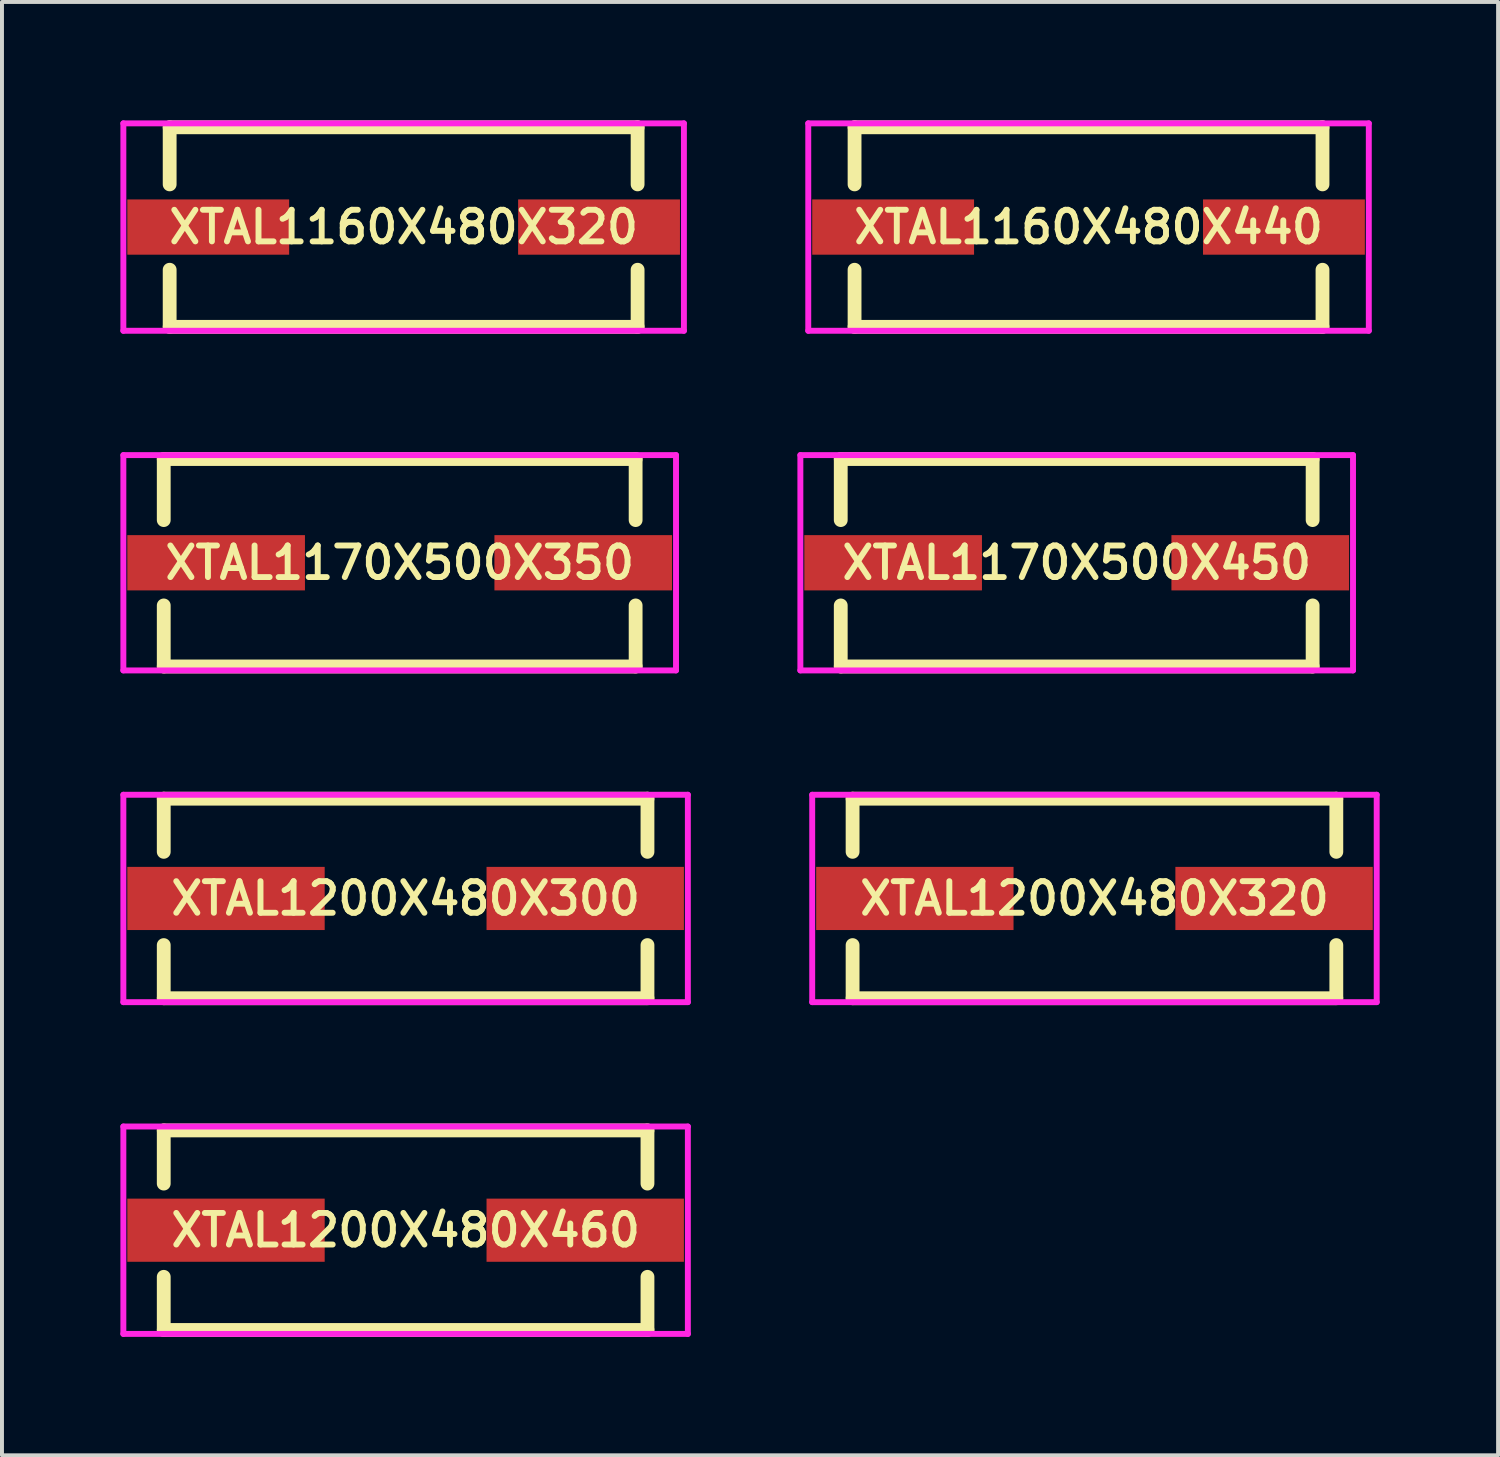
<source format=kicad_pcb>
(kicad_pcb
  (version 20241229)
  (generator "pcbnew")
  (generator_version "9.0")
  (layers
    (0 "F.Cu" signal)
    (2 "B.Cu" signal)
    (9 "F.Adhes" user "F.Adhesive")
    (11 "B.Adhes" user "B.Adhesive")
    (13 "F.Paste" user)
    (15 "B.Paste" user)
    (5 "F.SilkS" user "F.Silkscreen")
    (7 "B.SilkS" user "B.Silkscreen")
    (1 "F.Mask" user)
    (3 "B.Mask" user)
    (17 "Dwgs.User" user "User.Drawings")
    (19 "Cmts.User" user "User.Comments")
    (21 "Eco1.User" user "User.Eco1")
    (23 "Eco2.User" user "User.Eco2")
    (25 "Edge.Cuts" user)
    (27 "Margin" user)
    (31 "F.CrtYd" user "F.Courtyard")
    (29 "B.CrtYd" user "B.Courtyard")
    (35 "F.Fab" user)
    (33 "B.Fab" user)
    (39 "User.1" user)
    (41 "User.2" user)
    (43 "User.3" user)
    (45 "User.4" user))
  (footprint "XTAL1170X500X450"
    (layer "F.Cu")
    (at 24.225 11.206)
    (property "Reference" "XTAL1170X500X450" (at 0 0 0) (layer "F.SilkS") (effects (font (size 0.8 0.8) (thickness 0.15))))
    (attr smd)
    (fp_line (start -5.977 -2.627) (end 5.977 -2.627) (stroke (width 0.35) (type solid)) (layer "F.SilkS"))
    (fp_line (start -5.977 -1.081) (end -5.977 -2.627) (stroke (width 0.35) (type solid)) (layer "F.SilkS"))
    (fp_line (start -5.977 1.081) (end -5.977 2.627) (stroke (width 0.35) (type solid)) (layer "F.SilkS"))
    (fp_line (start -5.977 2.627) (end 5.977 2.627) (stroke (width 0.35) (type solid)) (layer "F.SilkS"))
    (fp_line (start 5.977 -2.627) (end 5.977 -1.081) (stroke (width 0.35) (type solid)) (layer "F.SilkS"))
    (fp_line (start 5.977 2.627) (end 5.977 1.081) (stroke (width 0.35) (type solid)) (layer "F.SilkS"))
    (fp_line (start -7 -2.727) (end 7 -2.727) (stroke (width 0.15) (type solid)) (layer "F.CrtYd"))
    (fp_line (start -7 2.727) (end -7 -2.727) (stroke (width 0.15) (type solid)) (layer "F.CrtYd"))
    (fp_line (start 7 -2.727) (end 7 2.727) (stroke (width 0.15) (type solid)) (layer "F.CrtYd"))
    (fp_line (start 7 2.727) (end -7 2.727) (stroke (width 0.15) (type solid)) (layer "F.CrtYd"))
    (pad "1" smd rect (at -4.65 0) (size 4.5 1.4) (layers "F.Cu" "F.Mask" "F.Paste"))
    (pad "2" smd rect (at 4.65 0) (size 4.5 1.4) (layers "F.Cu" "F.Mask" "F.Paste")))
  (footprint "XTAL1160X480X440"
    (layer "F.Cu")
    (at 24.525 2.702)
    (property "Reference" "XTAL1160X480X440" (at 0 0 0) (layer "F.SilkS") (effects (font (size 0.8 0.8) (thickness 0.15))))
    (attr smd)
    (fp_line (start -5.927 -2.527) (end 5.927 -2.527) (stroke (width 0.35) (type solid)) (layer "F.SilkS"))
    (fp_line (start -5.927 -1.081) (end -5.927 -2.527) (stroke (width 0.35) (type solid)) (layer "F.SilkS"))
    (fp_line (start -5.927 1.081) (end -5.927 2.527) (stroke (width 0.35) (type solid)) (layer "F.SilkS"))
    (fp_line (start -5.927 2.527) (end 5.927 2.527) (stroke (width 0.35) (type solid)) (layer "F.SilkS"))
    (fp_line (start 5.927 -2.527) (end 5.927 -1.081) (stroke (width 0.35) (type solid)) (layer "F.SilkS"))
    (fp_line (start 5.927 2.527) (end 5.927 1.081) (stroke (width 0.35) (type solid)) (layer "F.SilkS"))
    (fp_line (start -7.1 -2.627) (end 7.1 -2.627) (stroke (width 0.15) (type solid)) (layer "F.CrtYd"))
    (fp_line (start -7.1 2.627) (end -7.1 -2.627) (stroke (width 0.15) (type solid)) (layer "F.CrtYd"))
    (fp_line (start 7.1 -2.627) (end 7.1 2.627) (stroke (width 0.15) (type solid)) (layer "F.CrtYd"))
    (fp_line (start 7.1 2.627) (end -7.1 2.627) (stroke (width 0.15) (type solid)) (layer "F.CrtYd"))
    (pad "1" smd rect (at -4.95 0) (size 4.1 1.4) (layers "F.Cu" "F.Mask" "F.Paste"))
    (pad "2" smd rect (at 4.95 0) (size 4.1 1.4) (layers "F.Cu" "F.Mask" "F.Paste")))
  (footprint "XTAL1200X480X460"
    (layer "F.Cu")
    (at 7.225 28.114)
    (property "Reference" "XTAL1200X480X460" (at 0 0 0) (layer "F.SilkS") (effects (font (size 0.8 0.8) (thickness 0.15))))
    (attr smd)
    (fp_line (start -6.127 -2.527) (end 6.127 -2.527) (stroke (width 0.35) (type solid)) (layer "F.SilkS"))
    (fp_line (start -6.127 -1.181) (end -6.127 -2.527) (stroke (width 0.35) (type solid)) (layer "F.SilkS"))
    (fp_line (start -6.127 1.181) (end -6.127 2.527) (stroke (width 0.35) (type solid)) (layer "F.SilkS"))
    (fp_line (start -6.127 2.527) (end 6.127 2.527) (stroke (width 0.35) (type solid)) (layer "F.SilkS"))
    (fp_line (start 6.127 -2.527) (end 6.127 -1.181) (stroke (width 0.35) (type solid)) (layer "F.SilkS"))
    (fp_line (start 6.127 2.527) (end 6.127 1.181) (stroke (width 0.35) (type solid)) (layer "F.SilkS"))
    (fp_line (start -7.15 -2.627) (end 7.15 -2.627) (stroke (width 0.15) (type solid)) (layer "F.CrtYd"))
    (fp_line (start -7.15 2.627) (end -7.15 -2.627) (stroke (width 0.15) (type solid)) (layer "F.CrtYd"))
    (fp_line (start 7.15 -2.627) (end 7.15 2.627) (stroke (width 0.15) (type solid)) (layer "F.CrtYd"))
    (fp_line (start 7.15 2.627) (end -7.15 2.627) (stroke (width 0.15) (type solid)) (layer "F.CrtYd"))
    (pad "1" smd rect (at -4.55 0) (size 5 1.6) (layers "F.Cu" "F.Mask" "F.Paste"))
    (pad "2" smd rect (at 4.55 0) (size 5 1.6) (layers "F.Cu" "F.Mask" "F.Paste")))
  (footprint "XTAL1200X480X300"
    (layer "F.Cu")
    (at 7.225 19.71)
    (property "Reference" "XTAL1200X480X300" (at 0 0 0) (layer "F.SilkS") (effects (font (size 0.8 0.8) (thickness 0.15))))
    (attr smd)
    (fp_line (start -6.127 -2.527) (end 6.127 -2.527) (stroke (width 0.35) (type solid)) (layer "F.SilkS"))
    (fp_line (start -6.127 -1.181) (end -6.127 -2.527) (stroke (width 0.35) (type solid)) (layer "F.SilkS"))
    (fp_line (start -6.127 1.181) (end -6.127 2.527) (stroke (width 0.35) (type solid)) (layer "F.SilkS"))
    (fp_line (start -6.127 2.527) (end 6.127 2.527) (stroke (width 0.35) (type solid)) (layer "F.SilkS"))
    (fp_line (start 6.127 -2.527) (end 6.127 -1.181) (stroke (width 0.35) (type solid)) (layer "F.SilkS"))
    (fp_line (start 6.127 2.527) (end 6.127 1.181) (stroke (width 0.35) (type solid)) (layer "F.SilkS"))
    (fp_line (start -7.15 -2.627) (end 7.15 -2.627) (stroke (width 0.15) (type solid)) (layer "F.CrtYd"))
    (fp_line (start -7.15 2.627) (end -7.15 -2.627) (stroke (width 0.15) (type solid)) (layer "F.CrtYd"))
    (fp_line (start 7.15 -2.627) (end 7.15 2.627) (stroke (width 0.15) (type solid)) (layer "F.CrtYd"))
    (fp_line (start 7.15 2.627) (end -7.15 2.627) (stroke (width 0.15) (type solid)) (layer "F.CrtYd"))
    (pad "1" smd rect (at -4.55 0) (size 5 1.6) (layers "F.Cu" "F.Mask" "F.Paste"))
    (pad "2" smd rect (at 4.55 0) (size 5 1.6) (layers "F.Cu" "F.Mask" "F.Paste")))
  (footprint "XTAL1200X480X320"
    (layer "F.Cu")
    (at 24.675 19.71)
    (property "Reference" "XTAL1200X480X320" (at 0 0 0) (layer "F.SilkS") (effects (font (size 0.8 0.8) (thickness 0.15))))
    (attr smd)
    (fp_line (start -6.127 -2.527) (end 6.127 -2.527) (stroke (width 0.35) (type solid)) (layer "F.SilkS"))
    (fp_line (start -6.127 -1.181) (end -6.127 -2.527) (stroke (width 0.35) (type solid)) (layer "F.SilkS"))
    (fp_line (start -6.127 1.181) (end -6.127 2.527) (stroke (width 0.35) (type solid)) (layer "F.SilkS"))
    (fp_line (start -6.127 2.527) (end 6.127 2.527) (stroke (width 0.35) (type solid)) (layer "F.SilkS"))
    (fp_line (start 6.127 -2.527) (end 6.127 -1.181) (stroke (width 0.35) (type solid)) (layer "F.SilkS"))
    (fp_line (start 6.127 2.527) (end 6.127 1.181) (stroke (width 0.35) (type solid)) (layer "F.SilkS"))
    (fp_line (start -7.15 -2.627) (end 7.15 -2.627) (stroke (width 0.15) (type solid)) (layer "F.CrtYd"))
    (fp_line (start -7.15 2.627) (end -7.15 -2.627) (stroke (width 0.15) (type solid)) (layer "F.CrtYd"))
    (fp_line (start 7.15 -2.627) (end 7.15 2.627) (stroke (width 0.15) (type solid)) (layer "F.CrtYd"))
    (fp_line (start 7.15 2.627) (end -7.15 2.627) (stroke (width 0.15) (type solid)) (layer "F.CrtYd"))
    (pad "1" smd rect (at -4.55 0) (size 5 1.6) (layers "F.Cu" "F.Mask" "F.Paste"))
    (pad "2" smd rect (at 4.55 0) (size 5 1.6) (layers "F.Cu" "F.Mask" "F.Paste")))
  (footprint "XTAL1170X500X350"
    (layer "F.Cu")
    (at 7.075 11.206)
    (property "Reference" "XTAL1170X500X350" (at 0 0 0) (layer "F.SilkS") (effects (font (size 0.8 0.8) (thickness 0.15))))
    (attr smd)
    (fp_line (start -5.977 -2.627) (end 5.977 -2.627) (stroke (width 0.35) (type solid)) (layer "F.SilkS"))
    (fp_line (start -5.977 -1.081) (end -5.977 -2.627) (stroke (width 0.35) (type solid)) (layer "F.SilkS"))
    (fp_line (start -5.977 1.081) (end -5.977 2.627) (stroke (width 0.35) (type solid)) (layer "F.SilkS"))
    (fp_line (start -5.977 2.627) (end 5.977 2.627) (stroke (width 0.35) (type solid)) (layer "F.SilkS"))
    (fp_line (start 5.977 -2.627) (end 5.977 -1.081) (stroke (width 0.35) (type solid)) (layer "F.SilkS"))
    (fp_line (start 5.977 2.627) (end 5.977 1.081) (stroke (width 0.35) (type solid)) (layer "F.SilkS"))
    (fp_line (start -7 -2.727) (end 7 -2.727) (stroke (width 0.15) (type solid)) (layer "F.CrtYd"))
    (fp_line (start -7 2.727) (end -7 -2.727) (stroke (width 0.15) (type solid)) (layer "F.CrtYd"))
    (fp_line (start 7 -2.727) (end 7 2.727) (stroke (width 0.15) (type solid)) (layer "F.CrtYd"))
    (fp_line (start 7 2.727) (end -7 2.727) (stroke (width 0.15) (type solid)) (layer "F.CrtYd"))
    (pad "1" smd rect (at -4.65 0) (size 4.5 1.4) (layers "F.Cu" "F.Mask" "F.Paste"))
    (pad "2" smd rect (at 4.65 0) (size 4.5 1.4) (layers "F.Cu" "F.Mask" "F.Paste")))
  (footprint "XTAL1160X480X320"
    (layer "F.Cu")
    (at 7.175 2.702)
    (property "Reference" "XTAL1160X480X320" (at 0 0 0) (layer "F.SilkS") (effects (font (size 0.8 0.8) (thickness 0.15))))
    (attr smd)
    (fp_line (start -5.927 -2.527) (end 5.927 -2.527) (stroke (width 0.35) (type solid)) (layer "F.SilkS"))
    (fp_line (start -5.927 -1.081) (end -5.927 -2.527) (stroke (width 0.35) (type solid)) (layer "F.SilkS"))
    (fp_line (start -5.927 1.081) (end -5.927 2.527) (stroke (width 0.35) (type solid)) (layer "F.SilkS"))
    (fp_line (start -5.927 2.527) (end 5.927 2.527) (stroke (width 0.35) (type solid)) (layer "F.SilkS"))
    (fp_line (start 5.927 -2.527) (end 5.927 -1.081) (stroke (width 0.35) (type solid)) (layer "F.SilkS"))
    (fp_line (start 5.927 2.527) (end 5.927 1.081) (stroke (width 0.35) (type solid)) (layer "F.SilkS"))
    (fp_line (start -7.1 -2.627) (end 7.1 -2.627) (stroke (width 0.15) (type solid)) (layer "F.CrtYd"))
    (fp_line (start -7.1 2.627) (end -7.1 -2.627) (stroke (width 0.15) (type solid)) (layer "F.CrtYd"))
    (fp_line (start 7.1 -2.627) (end 7.1 2.627) (stroke (width 0.15) (type solid)) (layer "F.CrtYd"))
    (fp_line (start 7.1 2.627) (end -7.1 2.627) (stroke (width 0.15) (type solid)) (layer "F.CrtYd"))
    (pad "1" smd rect (at -4.95 0) (size 4.1 1.4) (layers "F.Cu" "F.Mask" "F.Paste"))
    (pad "2" smd rect (at 4.95 0) (size 4.1 1.4) (layers "F.Cu" "F.Mask" "F.Paste")))
  (gr_rect
    (start -3 -3)
    (end 34.9 33.816)
    (stroke (width 0.1) (type default))
    (fill no)
    (layer "Edge.Cuts")))
</source>
